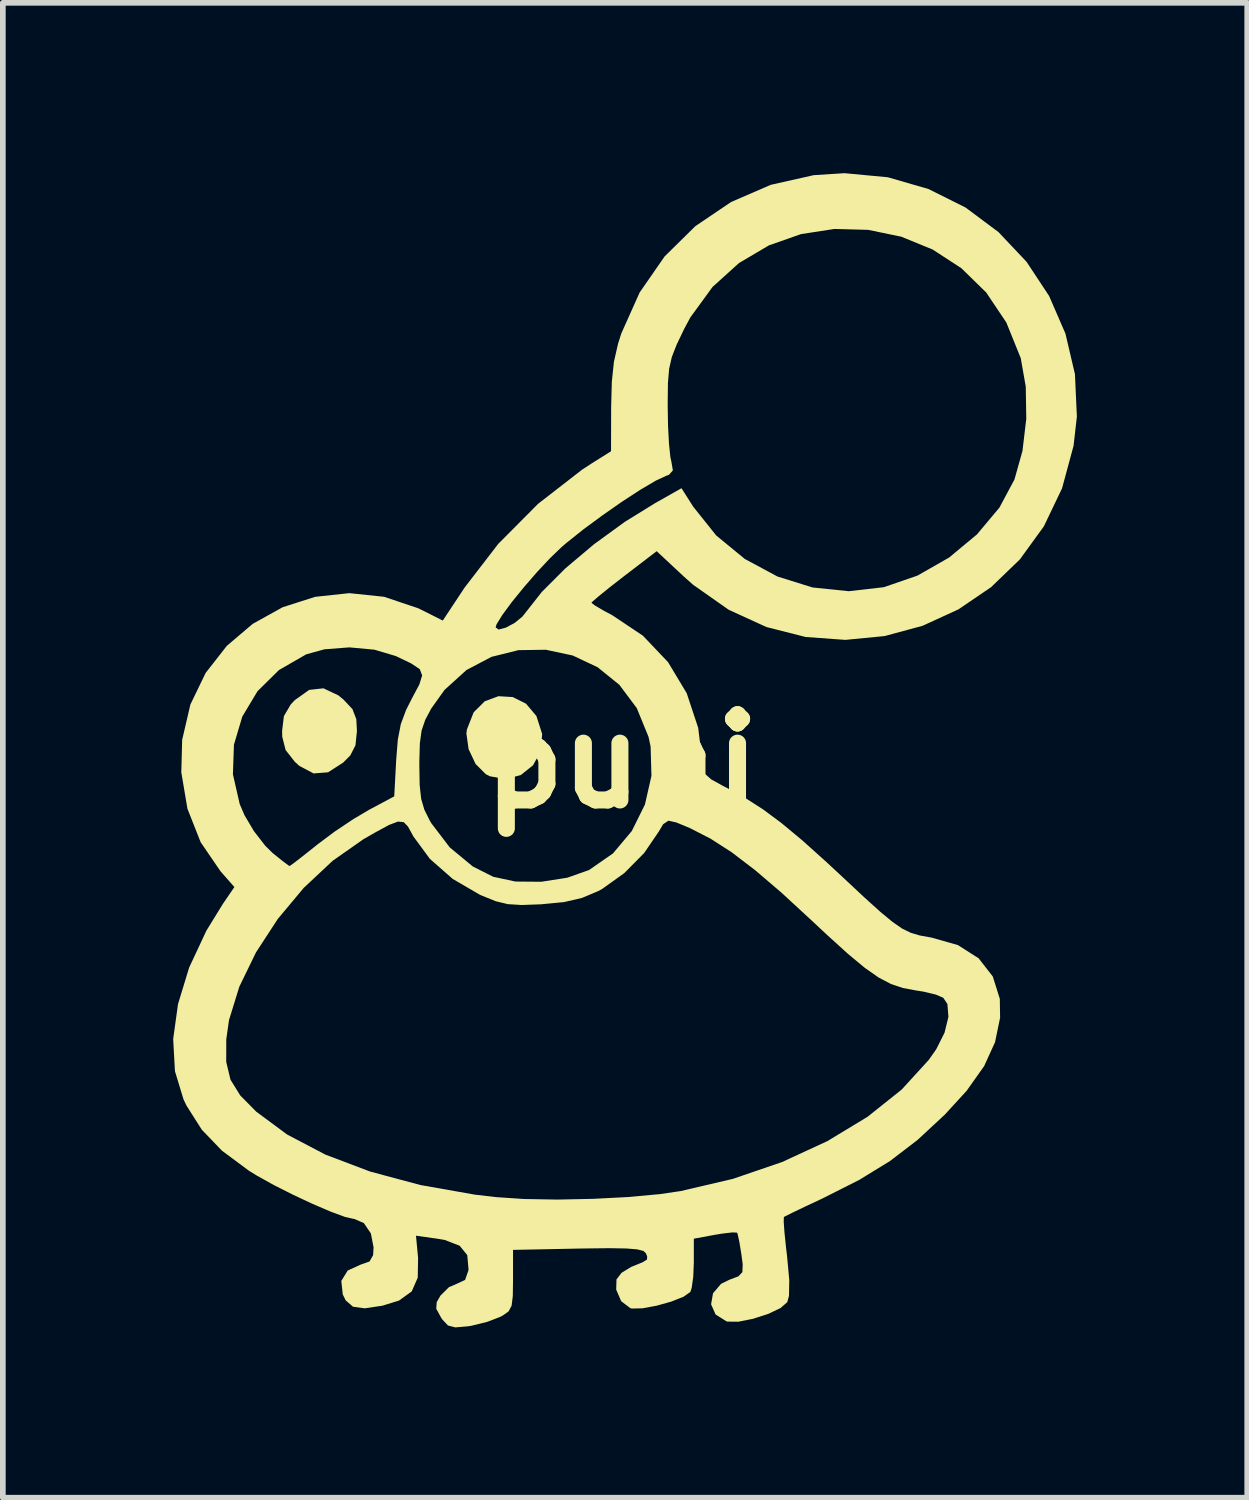
<source format=kicad_pcb>
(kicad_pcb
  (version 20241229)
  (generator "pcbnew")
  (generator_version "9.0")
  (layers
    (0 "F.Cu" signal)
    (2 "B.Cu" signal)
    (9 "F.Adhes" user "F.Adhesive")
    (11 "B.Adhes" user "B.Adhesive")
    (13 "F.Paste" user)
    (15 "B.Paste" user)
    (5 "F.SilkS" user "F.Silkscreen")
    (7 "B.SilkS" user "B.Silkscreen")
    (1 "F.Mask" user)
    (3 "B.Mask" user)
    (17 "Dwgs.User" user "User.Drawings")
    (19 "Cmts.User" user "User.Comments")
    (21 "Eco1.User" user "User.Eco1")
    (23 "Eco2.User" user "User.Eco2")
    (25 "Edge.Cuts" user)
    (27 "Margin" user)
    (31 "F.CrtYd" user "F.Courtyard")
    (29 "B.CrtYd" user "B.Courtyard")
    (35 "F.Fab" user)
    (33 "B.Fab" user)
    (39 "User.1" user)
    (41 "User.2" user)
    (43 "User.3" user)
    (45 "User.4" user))
  (footprint "puni"
    (layer "F.Cu")
    (at 7.903 10.36)
    (property "Reference" "puni" (at 0 0 0) (layer "F.SilkS") (effects (font (size 1.5 1.5) (thickness 0.3))))
    (attr board_only exclude_from_pos_files exclude_from_bom)
    (fp_poly (pts (xy -1.923 -1.134) (xy -1.689 -1.017) (xy -1.506 -0.8) (xy -1.405 -0.484) (xy -1.405 -0.483) (xy -1.429 -0.181) (xy -1.565 0.067) (xy -1.781 0.239) (xy -2.046 0.311) (xy -2.326 0.261) (xy -2.398 0.224) (xy -2.578 0.044) (xy -2.701 -0.218) (xy -2.739 -0.493) (xy -2.73 -0.563) (xy -2.611 -0.866) (xy -2.415 -1.06) (xy -2.175 -1.149)) (stroke (width 0) (type solid)) (fill yes) (layer "F.SilkS"))
    (fp_poly (pts (xy -4.995 -1.164) (xy -4.903 -1.089) (xy -4.745 -0.92) (xy -4.678 -0.744) (xy -4.667 -0.533) (xy -4.693 -0.284) (xy -4.784 -0.106) (xy -4.908 0.019) (xy -5.175 0.191) (xy -5.43 0.211) (xy -5.682 0.078) (xy -5.761 0.006) (xy -5.923 -0.201) (xy -5.982 -0.433) (xy -5.985 -0.537) (xy -5.953 -0.799) (xy -5.832 -1.005) (xy -5.761 -1.08) (xy -5.509 -1.26) (xy -5.257 -1.288)) (stroke (width 0) (type solid)) (fill yes) (layer "F.SilkS"))
    (fp_poly (pts (xy 4.684 -10.288) (xy 5.399 -10.081) (xy 6.052 -9.755) (xy 6.631 -9.323) (xy 7.126 -8.799) (xy 7.523 -8.198) (xy 7.811 -7.534) (xy 7.978 -6.821) (xy 8.012 -6.073) (xy 7.954 -5.56) (xy 7.751 -4.81) (xy 7.431 -4.141) (xy 7.009 -3.559) (xy 6.502 -3.07) (xy 5.926 -2.678) (xy 5.295 -2.389) (xy 4.626 -2.208) (xy 3.934 -2.141) (xy 3.235 -2.192) (xy 2.545 -2.367) (xy 1.879 -2.672) (xy 1.254 -3.111) (xy 1.095 -3.252) (xy 0.612 -3.703) (xy 0.037 -3.263) (xy -0.211 -3.07) (xy -0.405 -2.913) (xy -0.519 -2.815) (xy -0.537 -2.794) (xy -0.475 -2.746) (xy -0.316 -2.653) (xy -0.173 -2.577) (xy 0.369 -2.215) (xy 0.812 -1.749) (xy 1.141 -1.201) (xy 1.343 -0.592) (xy 1.403 -0.099) (xy 1.416 0.093) (xy 1.461 0.217) (xy 1.572 0.316) (xy 1.78 0.431) (xy 1.839 0.461) (xy 2.165 0.639) (xy 2.479 0.84) (xy 2.807 1.083) (xy 3.173 1.387) (xy 3.603 1.773) (xy 3.902 2.051) (xy 4.27 2.395) (xy 4.55 2.648) (xy 4.765 2.826) (xy 4.937 2.945) (xy 5.09 3.019) (xy 5.246 3.065) (xy 5.428 3.098) (xy 5.448 3.101) (xy 5.917 3.234) (xy 6.282 3.467) (xy 6.531 3.787) (xy 6.655 4.181) (xy 6.66 4.513) (xy 6.571 4.944) (xy 6.379 5.365) (xy 6.07 5.801) (xy 5.684 6.222) (xy 5.207 6.665) (xy 4.721 7.037) (xy 4.18 7.369) (xy 3.536 7.694) (xy 3.53 7.697) (xy 3.244 7.831) (xy 3.016 7.94) (xy 2.878 8.009) (xy 2.852 8.023) (xy 2.849 8.104) (xy 2.863 8.301) (xy 2.892 8.578) (xy 2.908 8.712) (xy 2.947 9.134) (xy 2.942 9.411) (xy 2.912 9.522) (xy 2.792 9.627) (xy 2.572 9.731) (xy 2.307 9.816) (xy 2.051 9.867) (xy 1.858 9.865) (xy 1.842 9.861) (xy 1.649 9.739) (xy 1.57 9.56) (xy 1.604 9.366) (xy 1.746 9.2) (xy 1.892 9.128) (xy 2.051 9.068) (xy 2.121 8.994) (xy 2.127 8.855) (xy 2.104 8.683) (xy 2.069 8.467) (xy 2.038 8.325) (xy 2.027 8.298) (xy 1.945 8.294) (xy 1.761 8.316) (xy 1.634 8.337) (xy 1.266 8.405) (xy 1.266 8.826) (xy 1.256 9.078) (xy 1.228 9.273) (xy 1.205 9.342) (xy 1.087 9.426) (xy 0.871 9.512) (xy 0.611 9.585) (xy 0.361 9.631) (xy 0.175 9.635) (xy 0.149 9.629) (xy -0.013 9.506) (xy -0.101 9.302) (xy -0.096 9.122) (xy -0.006 9.005) (xy 0.166 8.9) (xy 0.18 8.895) (xy 0.364 8.82) (xy 0.441 8.773) (xy 0.445 8.721) (xy 0.423 8.663) (xy 0.379 8.621) (xy 0.271 8.593) (xy 0.077 8.577) (xy -0.223 8.572) (xy -0.651 8.577) (xy -0.768 8.579) (xy -1.918 8.602) (xy -1.918 9.134) (xy -1.922 9.415) (xy -1.943 9.585) (xy -1.996 9.685) (xy -2.096 9.756) (xy -2.147 9.783) (xy -2.374 9.87) (xy -2.65 9.938) (xy -2.715 9.948) (xy -2.934 9.967) (xy -3.063 9.934) (xy -3.162 9.829) (xy -3.186 9.793) (xy -3.27 9.639) (xy -3.262 9.522) (xy -3.195 9.406) (xy -3.047 9.259) (xy -2.899 9.195) (xy -2.762 9.131) (xy -2.704 8.965) (xy -2.702 8.94) (xy -2.724 8.694) (xy -2.858 8.529) (xy -3.118 8.428) (xy -3.253 8.405) (xy -3.627 8.352) (xy -3.59 8.745) (xy -3.596 9.091) (xy -3.702 9.333) (xy -3.927 9.495) (xy -4.219 9.585) (xy -4.531 9.631) (xy -4.736 9.603) (xy -4.865 9.491) (xy -4.917 9.385) (xy -4.942 9.148) (xy -4.83 8.966) (xy -4.605 8.863) (xy -4.445 8.806) (xy -4.382 8.695) (xy -4.374 8.556) (xy -4.422 8.311) (xy -4.545 8.13) (xy -4.713 8.057) (xy -4.719 8.057) (xy -4.873 8.023) (xy -5.126 7.93) (xy -5.443 7.794) (xy -5.79 7.632) (xy -6.131 7.46) (xy -6.431 7.293) (xy -6.569 7.208) (xy -7.043 6.856) (xy -7.398 6.487) (xy -7.667 6.064) (xy -7.721 5.952) (xy -7.872 5.455) (xy -7.881 5.291) (xy -6.969 5.291) (xy -6.894 5.604) (xy -6.723 5.881) (xy -6.441 6.167) (xy -5.897 6.57) (xy -5.223 6.924) (xy -4.436 7.222) (xy -3.553 7.459) (xy -2.591 7.629) (xy -2.225 7.672) (xy -1.725 7.706) (xy -1.136 7.716) (xy -0.507 7.703) (xy 0.11 7.671) (xy 0.667 7.62) (xy 1.036 7.566) (xy 1.955 7.351) (xy 2.822 7.054) (xy 3.619 6.686) (xy 4.327 6.257) (xy 4.927 5.778) (xy 5.402 5.258) (xy 5.535 5.069) (xy 5.682 4.776) (xy 5.75 4.497) (xy 5.732 4.272) (xy 5.659 4.162) (xy 5.531 4.107) (xy 5.312 4.054) (xy 5.172 4.032) (xy 4.947 3.99) (xy 4.737 3.919) (xy 4.52 3.805) (xy 4.276 3.634) (xy 3.981 3.389) (xy 3.615 3.057) (xy 3.354 2.813) (xy 2.811 2.312) (xy 2.345 1.914) (xy 1.935 1.601) (xy 1.559 1.359) (xy 1.196 1.173) (xy 0.957 1.074) (xy 0.819 1.043) (xy 0.725 1.106) (xy 0.649 1.235) (xy 0.392 1.612) (xy 0.041 1.967) (xy -0.348 2.245) (xy -0.417 2.283) (xy -0.705 2.404) (xy -1.021 2.477) (xy -1.427 2.516) (xy -1.431 2.516) (xy -1.767 2.528) (xy -2.01 2.513) (xy -2.222 2.462) (xy -2.462 2.365) (xy -2.505 2.346) (xy -2.98 2.069) (xy -3.382 1.716) (xy -3.672 1.322) (xy -3.69 1.288) (xy -3.768 1.147) (xy -3.843 1.069) (xy -3.944 1.059) (xy -4.101 1.118) (xy -4.344 1.25) (xy -4.55 1.368) (xy -5.094 1.749) (xy -5.604 2.227) (xy -6.061 2.774) (xy -6.445 3.363) (xy -6.738 3.966) (xy -6.92 4.555) (xy -6.968 4.893) (xy -6.969 5.291) (xy -7.881 5.291) (xy -7.903 4.888) (xy -7.818 4.273) (xy -7.622 3.63) (xy -7.318 2.98) (xy -7.027 2.507) (xy -6.825 2.212) (xy -7.069 1.935) (xy -7.419 1.423) (xy -7.652 0.833) (xy -7.754 0.227) (xy -6.851 0.227) (xy -6.731 0.752) (xy -6.647 0.947) (xy -6.482 1.226) (xy -6.282 1.484) (xy -6.155 1.61) (xy -5.986 1.746) (xy -5.875 1.829) (xy -5.853 1.842) (xy -5.788 1.797) (xy -5.635 1.679) (xy -5.422 1.51) (xy -5.366 1.465) (xy -5.063 1.238) (xy -4.728 1.014) (xy -4.454 0.852) (xy -4.01 0.615) (xy -3.981 0.077) (xy -3.568 0.077) (xy -3.562 0.418) (xy -3.536 0.658) (xy -3.48 0.849) (xy -3.383 1.044) (xy -3.357 1.088) (xy -3.033 1.513) (xy -2.626 1.85) (xy -2.267 2.031) (xy -1.876 2.115) (xy -1.421 2.119) (xy -0.964 2.048) (xy -0.579 1.912) (xy -0.158 1.62) (xy 0.174 1.225) (xy 0.405 0.759) (xy 0.52 0.253) (xy 0.505 -0.262) (xy 0.468 -0.434) (xy 0.261 -0.94) (xy -0.045 -1.349) (xy -0.428 -1.659) (xy -0.867 -1.866) (xy -1.339 -1.967) (xy -1.823 -1.96) (xy -2.297 -1.842) (xy -2.738 -1.61) (xy -3.124 -1.26) (xy -3.357 -0.934) (xy -3.464 -0.733) (xy -3.528 -0.546) (xy -3.559 -0.32) (xy -3.568 -0.003) (xy -3.568 0.077) (xy -3.981 0.077) (xy -3.976 -0.021) (xy -3.947 -0.384) (xy -3.894 -0.658) (xy -3.801 -0.908) (xy -3.698 -1.111) (xy -3.568 -1.356) (xy -3.518 -1.515) (xy -3.561 -1.626) (xy -3.713 -1.727) (xy -3.982 -1.856) (xy -4.358 -1.968) (xy -4.8 -2.009) (xy -5.238 -1.975) (xy -5.559 -1.887) (xy -6.04 -1.61) (xy -6.418 -1.237) (xy -6.686 -0.79) (xy -6.833 -0.295) (xy -6.851 0.227) (xy -7.754 0.227) (xy -7.76 0.193) (xy -7.745 -0.38) (xy -7.6 -1.003) (xy -7.332 -1.558) (xy -6.959 -2.035) (xy -6.576 -2.361) (xy -2.225 -2.361) (xy -2.172 -2.323) (xy -2.044 -2.357) (xy -1.89 -2.439) (xy -1.756 -2.548) (xy -1.717 -2.596) (xy -1.412 -2.984) (xy -0.995 -3.401) (xy -0.496 -3.822) (xy 0.053 -4.221) (xy 0.584 -4.549) (xy 1.049 -4.812) (xy 1.256 -4.486) (xy 1.661 -3.979) (xy 2.164 -3.566) (xy 2.739 -3.257) (xy 3.357 -3.064) (xy 3.994 -2.998) (xy 4.613 -3.069) (xy 5.205 -3.273) (xy 5.762 -3.591) (xy 6.253 -3.999) (xy 6.649 -4.472) (xy 6.913 -4.966) (xy 7.054 -5.469) (xy 7.121 -6.035) (xy 7.112 -6.6) (xy 7.024 -7.101) (xy 7.023 -7.104) (xy 6.77 -7.73) (xy 6.416 -8.258) (xy 5.977 -8.687) (xy 5.473 -9.015) (xy 4.921 -9.241) (xy 4.338 -9.362) (xy 3.743 -9.378) (xy 3.153 -9.287) (xy 2.587 -9.088) (xy 2.062 -8.778) (xy 1.596 -8.357) (xy 1.206 -7.822) (xy 1.095 -7.615) (xy 0.962 -7.337) (xy 0.878 -7.121) (xy 0.831 -6.914) (xy 0.81 -6.664) (xy 0.806 -6.321) (xy 0.806 -6.258) (xy 0.812 -5.906) (xy 0.829 -5.592) (xy 0.853 -5.361) (xy 0.87 -5.283) (xy 0.897 -5.127) (xy 0.83 -5.049) (xy 0.778 -5.03) (xy 0.596 -4.945) (xy 0.326 -4.786) (xy 0.002 -4.575) (xy -0.345 -4.333) (xy -0.683 -4.084) (xy -0.978 -3.848) (xy -1.057 -3.781) (xy -1.26 -3.586) (xy -1.491 -3.34) (xy -1.725 -3.07) (xy -1.939 -2.807) (xy -2.107 -2.579) (xy -2.208 -2.415) (xy -2.225 -2.361) (xy -6.576 -2.361) (xy -6.501 -2.424) (xy -5.975 -2.716) (xy -5.403 -2.899) (xy -4.801 -2.964) (xy -4.19 -2.9) (xy -3.588 -2.698) (xy -3.5 -2.655) (xy -3.155 -2.481) (xy -2.77 -3.063) (xy -2.178 -3.832) (xy -1.477 -4.537) (xy -0.704 -5.137) (xy -0.537 -5.246) (xy -0.192 -5.463) (xy -0.19 -6.242) (xy -0.178 -6.688) (xy -0.141 -7.039) (xy -0.069 -7.354) (xy -0.012 -7.535) (xy 0.312 -8.259) (xy 0.752 -8.894) (xy 1.294 -9.428) (xy 1.922 -9.852) (xy 2.621 -10.155) (xy 3.377 -10.325) (xy 3.92 -10.36)) (stroke (width 0) (type solid)) (fill yes) (layer "F.SilkS")))
  (gr_rect
    (start -3 -3)
    (end 18.915 23.327)
    (stroke (width 0.1) (type default))
    (fill no)
    (layer "Edge.Cuts")))
</source>
